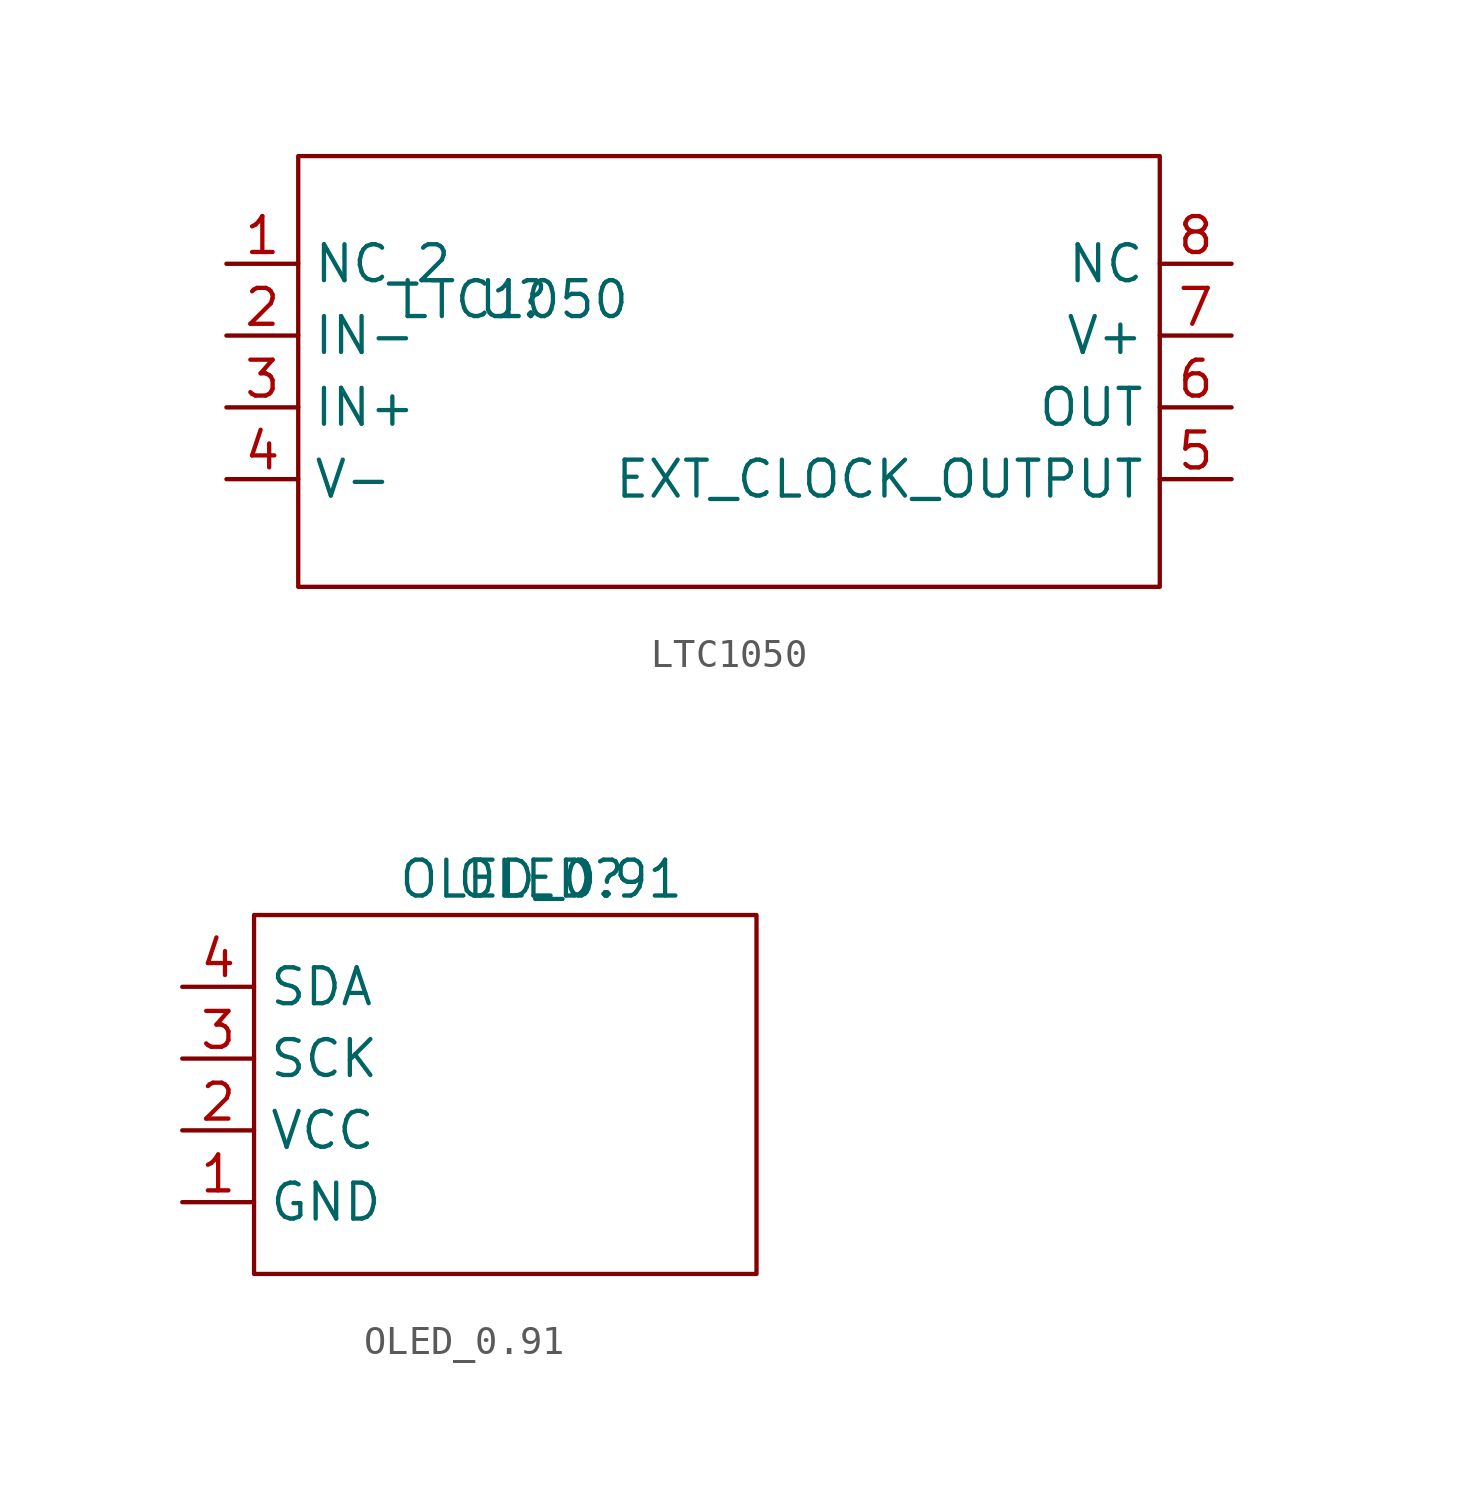
<source format=kicad_sym>
(kicad_symbol_lib
  (version 20211014)
  (generator kicad_symbol_editor)
  (symbol "LTC1050"
    (property "Reference" "U"
      (at 0 0 0)
      (effects (font (size 1.27 1.27))))
    (property "Value" "LTC1050"
      (at 0 0 0)
      (effects (font (size 1.27 1.27))))
    (symbol "LTC1050_0_1"
      (rectangle (start -7.62 5.08) (end 22.86 -10.16) (stroke (width 0) (type default) (color 0 0 0 0)) (fill (type none))))
    (symbol "LTC1050_1_1"
      (pin input line (at -10.16 1.27 0) (length 2.54) (name "NC_2" (effects (font (size 1.27 1.27)))) (number "1" (effects (font (size 1.27 1.27)))))
      (pin input line (at -10.16 -1.27 0) (length 2.54) (name "IN-" (effects (font (size 1.27 1.27)))) (number "2" (effects (font (size 1.27 1.27)))))
      (pin input line (at -10.16 -3.81 0) (length 2.54) (name "IN+" (effects (font (size 1.27 1.27)))) (number "3" (effects (font (size 1.27 1.27)))))
      (pin input line (at -10.16 -6.35 0) (length 2.54) (name "V-" (effects (font (size 1.27 1.27)))) (number "4" (effects (font (size 1.27 1.27)))))
      (pin input line (at 25.4 -6.35 180) (length 2.54) (name "EXT_CLOCK_OUTPUT" (effects (font (size 1.27 1.27)))) (number "5" (effects (font (size 1.27 1.27)))))
      (pin output line (at 25.4 -3.81 180) (length 2.54) (name "OUT" (effects (font (size 1.27 1.27)))) (number "6" (effects (font (size 1.27 1.27)))))
      (pin input line (at 25.4 -1.27 180) (length 2.54) (name "V+" (effects (font (size 1.27 1.27)))) (number "7" (effects (font (size 1.27 1.27)))))
      (pin input line (at 25.4 1.27 180) (length 2.54) (name "NC" (effects (font (size 1.27 1.27)))) (number "8" (effects (font (size 1.27 1.27)))))))
  (symbol "OLED_0.91"
    (property "Reference" "OLED"
      (at 0 0 0)
      (effects (font (size 1.27 1.27))))
    (property "Value" "OLED_0.91"
      (at 0 0 0)
      (effects (font (size 1.27 1.27))))
    (symbol "OLED_0.91_0_1"
      (rectangle (start -10.16 -1.27) (end 7.62 -13.97) (stroke (width 0) (type default) (color 0 0 0 0)) (fill (type none))))
    (symbol "OLED_0.91_1_1"
      (pin input line (at -12.7 -11.43 0) (length 2.54) (name "GND" (effects (font (size 1.27 1.27)))) (number "1" (effects (font (size 1.27 1.27)))))
      (pin input line (at -12.7 -8.89 0) (length 2.54) (name "VCC" (effects (font (size 1.27 1.27)))) (number "2" (effects (font (size 1.27 1.27)))))
      (pin input line (at -12.7 -6.35 0) (length 2.54) (name "SCK" (effects (font (size 1.27 1.27)))) (number "3" (effects (font (size 1.27 1.27)))))
      (pin input line (at -12.7 -3.81 0) (length 2.54) (name "SDA" (effects (font (size 1.27 1.27)))) (number "4" (effects (font (size 1.27 1.27))))))))
</source>
